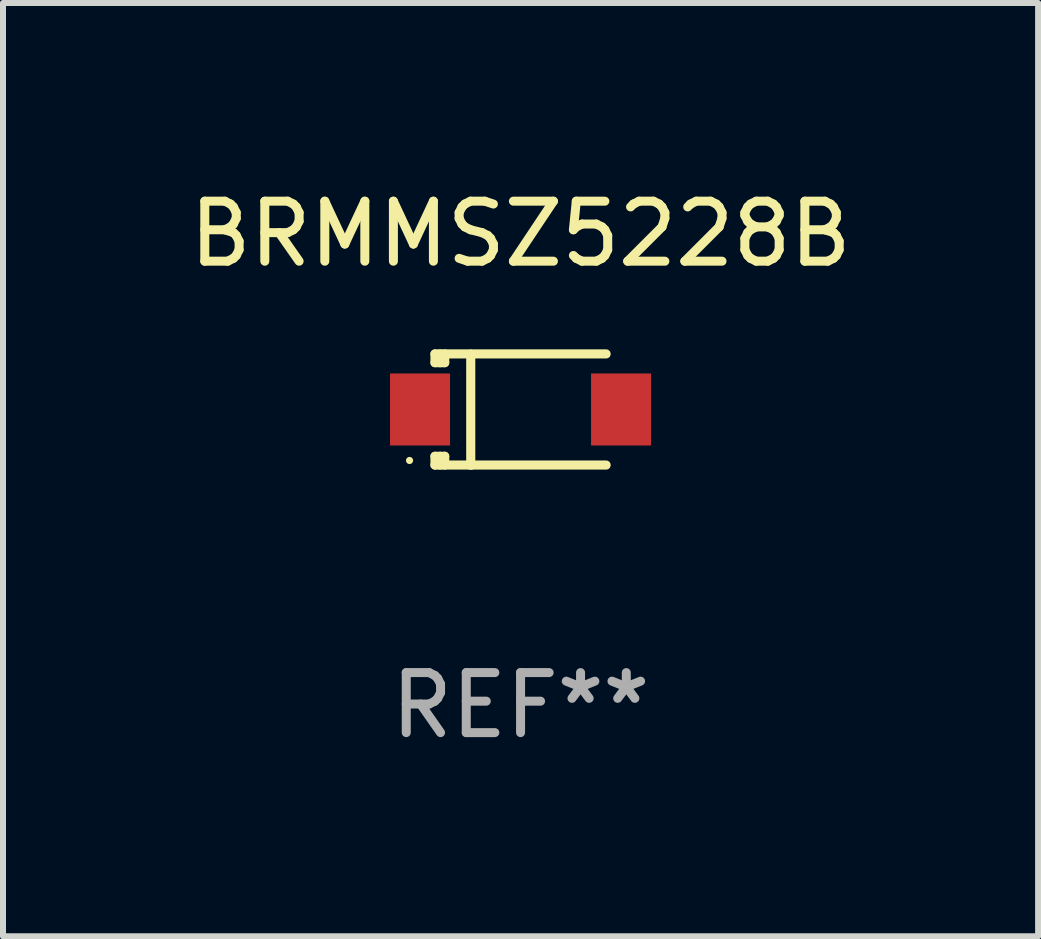
<source format=kicad_pcb>
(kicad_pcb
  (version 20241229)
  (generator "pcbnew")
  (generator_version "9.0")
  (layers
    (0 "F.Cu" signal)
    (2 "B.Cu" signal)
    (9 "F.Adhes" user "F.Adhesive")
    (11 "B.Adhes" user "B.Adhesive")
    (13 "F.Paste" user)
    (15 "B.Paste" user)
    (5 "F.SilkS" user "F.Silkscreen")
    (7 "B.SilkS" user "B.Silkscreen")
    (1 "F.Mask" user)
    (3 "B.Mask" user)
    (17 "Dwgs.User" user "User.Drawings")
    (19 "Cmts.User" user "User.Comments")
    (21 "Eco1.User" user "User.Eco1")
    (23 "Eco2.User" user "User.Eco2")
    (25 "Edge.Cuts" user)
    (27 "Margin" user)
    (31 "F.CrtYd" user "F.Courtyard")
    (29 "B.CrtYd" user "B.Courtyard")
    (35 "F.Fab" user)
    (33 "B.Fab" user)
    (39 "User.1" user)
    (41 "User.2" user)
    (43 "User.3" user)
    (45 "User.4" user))
  (footprint "BRMMSZ5228B"
    (layer "F.Cu")
    (at 5.625 3.776)
    (property "Reference" "BRMMSZ5228B" (at 0 -2.928 0) (layer "F.SilkS") (effects (font (size 1 1) (thickness 0.15))))
    (attr through_hole)
    (fp_line (start -1.426 -0.928) (end -1.426 -0.782) (stroke (width 0.152) (type solid)) (layer "F.SilkS"))
    (fp_line (start -1.426 -0.928) (end 1.426 -0.928) (stroke (width 0.152) (type solid)) (layer "F.SilkS"))
    (fp_line (start -1.426 -0.782) (end -1.264 -0.782) (stroke (width 0.152) (type solid)) (layer "F.SilkS"))
    (fp_line (start -1.426 0.778) (end -1.426 0.924) (stroke (width 0.152) (type solid)) (layer "F.SilkS"))
    (fp_line (start -1.426 0.778) (end -1.264 0.778) (stroke (width 0.152) (type solid)) (layer "F.SilkS"))
    (fp_line (start -1.426 0.924) (end 1.426 0.924) (stroke (width 0.152) (type solid)) (layer "F.SilkS"))
    (fp_line (start -1.34 -0.782) (end -1.34 -0.928) (stroke (width 0.152) (type solid)) (layer "F.SilkS"))
    (fp_line (start -1.34 0.924) (end -1.34 0.778) (stroke (width 0.152) (type solid)) (layer "F.SilkS"))
    (fp_line (start -1.264 -0.928) (end -1.264 -0.782) (stroke (width 0.152) (type solid)) (layer "F.SilkS"))
    (fp_line (start -1.264 0.778) (end -1.264 0.924) (stroke (width 0.152) (type solid)) (layer "F.SilkS"))
    (fp_line (start -0.83 0.928) (end -0.83 -0.924) (stroke (width 0.152) (type solid)) (layer "F.SilkS"))
    (fp_circle (center -1.85 0.848) (end -1.82 0.848) (stroke (width 0.06) (type solid)) (fill no) (layer "F.SilkS"))
    (fp_text user "REF**" (at 0 4.928 0) (layer "F.Fab") (effects (font (size 1 1) (thickness 0.15))))
    (pad "1" smd rect (at -1.675 -0.002) (size 1 1.2) (layers "F.Cu" "F.Mask" "F.Paste"))
    (pad "2" smd rect (at 1.675 -0.002) (size 1 1.2) (layers "F.Cu" "F.Mask" "F.Paste")))
  (gr_rect
    (start -3 -3)
    (end 14.25 12.553)
    (stroke (width 0.1) (type default))
    (fill no)
    (layer "Edge.Cuts")))
</source>
